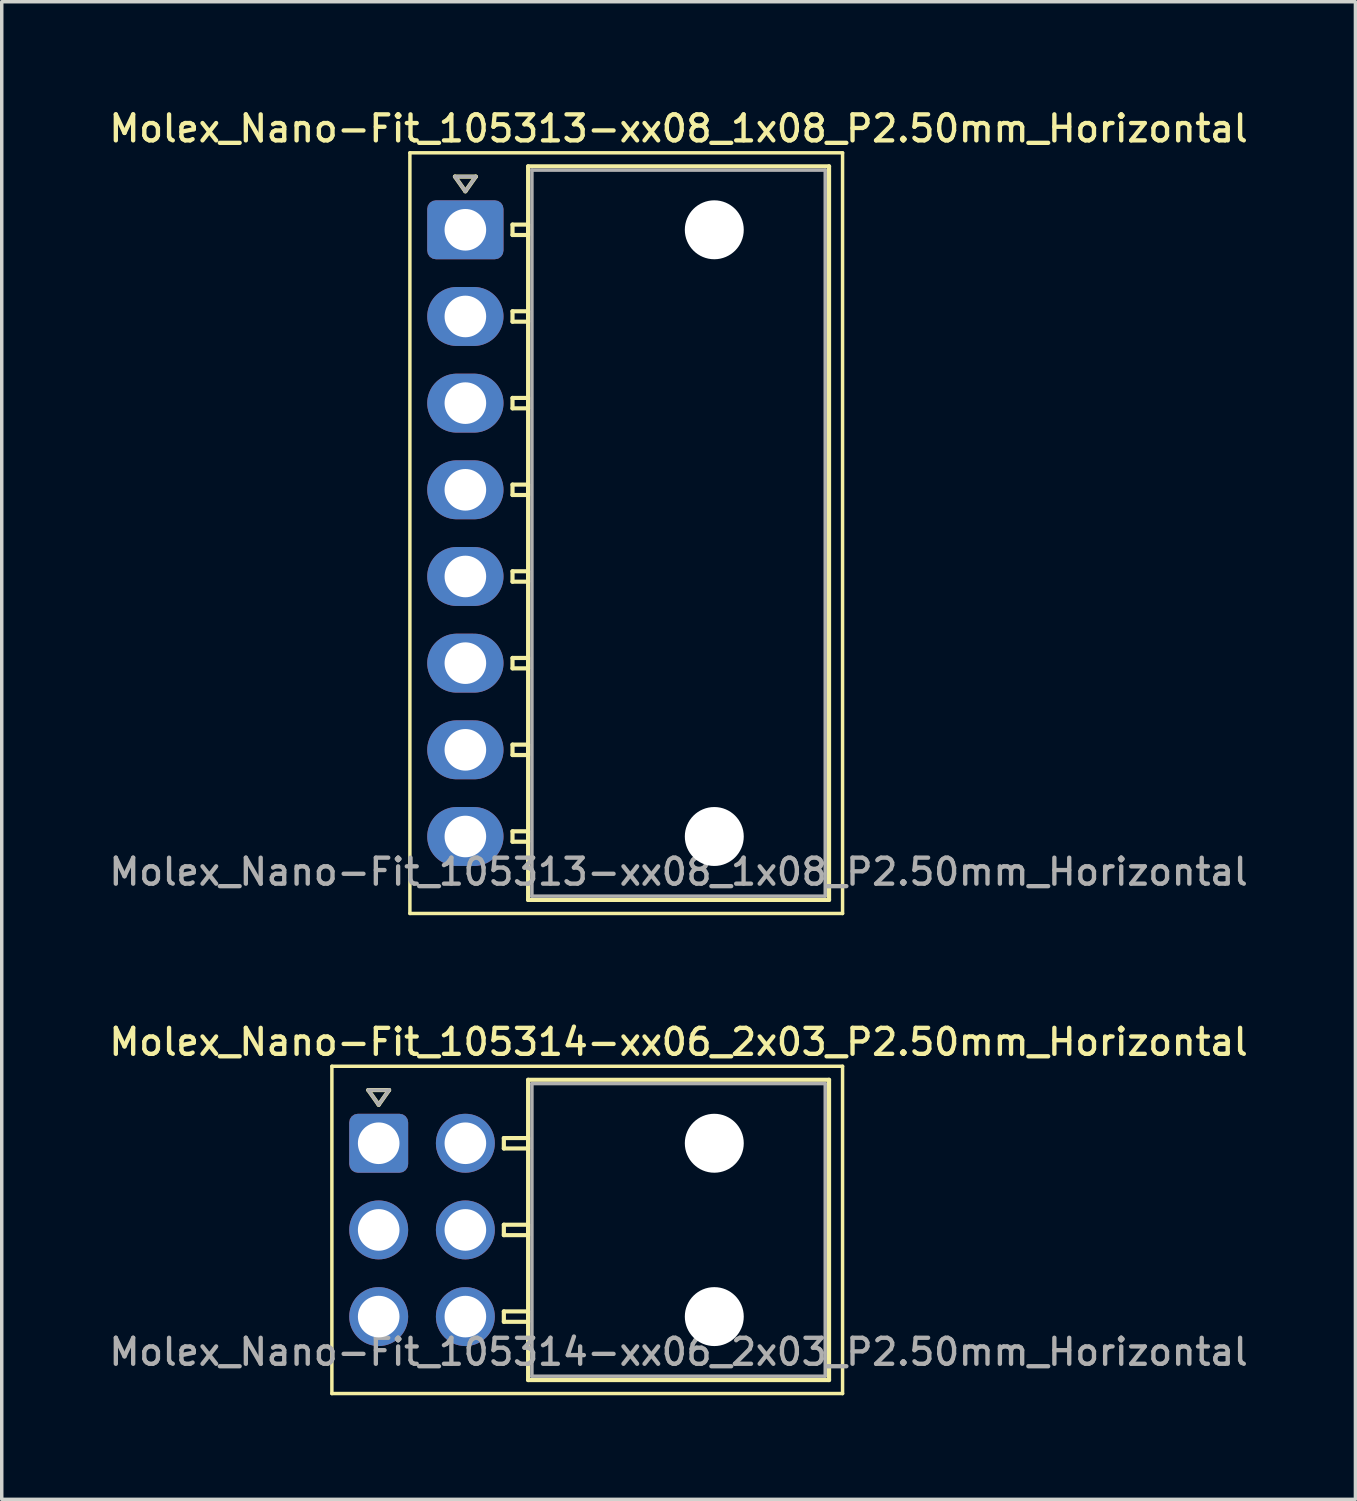
<source format=kicad_pcb>
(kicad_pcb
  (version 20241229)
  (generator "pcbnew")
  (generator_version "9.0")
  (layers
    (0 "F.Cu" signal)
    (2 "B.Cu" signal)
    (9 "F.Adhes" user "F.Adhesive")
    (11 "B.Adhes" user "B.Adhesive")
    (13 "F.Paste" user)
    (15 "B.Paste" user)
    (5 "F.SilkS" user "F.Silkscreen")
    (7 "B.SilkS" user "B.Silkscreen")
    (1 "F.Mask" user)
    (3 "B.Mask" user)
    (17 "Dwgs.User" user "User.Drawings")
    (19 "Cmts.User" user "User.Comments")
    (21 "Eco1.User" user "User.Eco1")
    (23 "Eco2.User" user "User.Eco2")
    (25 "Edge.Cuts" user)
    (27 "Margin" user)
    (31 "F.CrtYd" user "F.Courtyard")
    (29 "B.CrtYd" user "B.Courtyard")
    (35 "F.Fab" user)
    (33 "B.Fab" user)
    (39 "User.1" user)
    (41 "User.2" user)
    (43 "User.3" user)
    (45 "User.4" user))
  (footprint "Molex_Nano-Fit_105313-xx08_1x08_P2.50mm_Horizontal"
    (layer "F.Cu")
    (at 10.373 3.578)
    (property "Reference" "Molex_Nano-Fit_105313-xx08_1x08_P2.50mm_Horizontal" (at 6.15 -2.92 0) (layer "F.SilkS") (effects (font (size 0.75 0.75) (thickness 0.125))))
    (attr through_hole)
    (fp_line (start -1.6 -2.22) (end -1.6 19.72) (stroke (width 0.1) (type solid)) (layer "F.SilkS"))
    (fp_line (start -1.6 19.72) (end 10.88 19.72) (stroke (width 0.1) (type solid)) (layer "F.SilkS"))
    (fp_line (start -0.3 -1.534) (end 0 -1.11) (stroke (width 0.12) (type solid)) (layer "F.SilkS"))
    (fp_line (start 0 -1.11) (end 0.3 -1.534) (stroke (width 0.12) (type solid)) (layer "F.SilkS"))
    (fp_line (start 0.3 -1.534) (end -0.3 -1.534) (stroke (width 0.12) (type solid)) (layer "F.SilkS"))
    (fp_line (start 1.36 -0.15) (end 1.36 0.15) (stroke (width 0.12) (type solid)) (layer "F.SilkS"))
    (fp_line (start 1.36 0.15) (end 1.81 0.15) (stroke (width 0.12) (type solid)) (layer "F.SilkS"))
    (fp_line (start 1.36 2.35) (end 1.36 2.65) (stroke (width 0.12) (type solid)) (layer "F.SilkS"))
    (fp_line (start 1.36 2.65) (end 1.81 2.65) (stroke (width 0.12) (type solid)) (layer "F.SilkS"))
    (fp_line (start 1.36 4.85) (end 1.36 5.15) (stroke (width 0.12) (type solid)) (layer "F.SilkS"))
    (fp_line (start 1.36 5.15) (end 1.81 5.15) (stroke (width 0.12) (type solid)) (layer "F.SilkS"))
    (fp_line (start 1.36 7.35) (end 1.36 7.65) (stroke (width 0.12) (type solid)) (layer "F.SilkS"))
    (fp_line (start 1.36 7.65) (end 1.81 7.65) (stroke (width 0.12) (type solid)) (layer "F.SilkS"))
    (fp_line (start 1.36 9.85) (end 1.36 10.15) (stroke (width 0.12) (type solid)) (layer "F.SilkS"))
    (fp_line (start 1.36 10.15) (end 1.81 10.15) (stroke (width 0.12) (type solid)) (layer "F.SilkS"))
    (fp_line (start 1.36 12.35) (end 1.36 12.65) (stroke (width 0.12) (type solid)) (layer "F.SilkS"))
    (fp_line (start 1.36 12.65) (end 1.81 12.65) (stroke (width 0.12) (type solid)) (layer "F.SilkS"))
    (fp_line (start 1.36 14.85) (end 1.36 15.15) (stroke (width 0.12) (type solid)) (layer "F.SilkS"))
    (fp_line (start 1.36 15.15) (end 1.81 15.15) (stroke (width 0.12) (type solid)) (layer "F.SilkS"))
    (fp_line (start 1.36 17.35) (end 1.36 17.65) (stroke (width 0.12) (type solid)) (layer "F.SilkS"))
    (fp_line (start 1.36 17.65) (end 1.81 17.65) (stroke (width 0.12) (type solid)) (layer "F.SilkS"))
    (fp_line (start 1.81 -1.83) (end 1.81 19.33) (stroke (width 0.12) (type solid)) (layer "F.SilkS"))
    (fp_line (start 1.81 -0.15) (end 1.36 -0.15) (stroke (width 0.12) (type solid)) (layer "F.SilkS"))
    (fp_line (start 1.81 0.15) (end 1.81 -0.15) (stroke (width 0.12) (type solid)) (layer "F.SilkS"))
    (fp_line (start 1.81 2.35) (end 1.36 2.35) (stroke (width 0.12) (type solid)) (layer "F.SilkS"))
    (fp_line (start 1.81 2.65) (end 1.81 2.35) (stroke (width 0.12) (type solid)) (layer "F.SilkS"))
    (fp_line (start 1.81 4.85) (end 1.36 4.85) (stroke (width 0.12) (type solid)) (layer "F.SilkS"))
    (fp_line (start 1.81 5.15) (end 1.81 4.85) (stroke (width 0.12) (type solid)) (layer "F.SilkS"))
    (fp_line (start 1.81 7.35) (end 1.36 7.35) (stroke (width 0.12) (type solid)) (layer "F.SilkS"))
    (fp_line (start 1.81 7.65) (end 1.81 7.35) (stroke (width 0.12) (type solid)) (layer "F.SilkS"))
    (fp_line (start 1.81 9.85) (end 1.36 9.85) (stroke (width 0.12) (type solid)) (layer "F.SilkS"))
    (fp_line (start 1.81 10.15) (end 1.81 9.85) (stroke (width 0.12) (type solid)) (layer "F.SilkS"))
    (fp_line (start 1.81 12.35) (end 1.36 12.35) (stroke (width 0.12) (type solid)) (layer "F.SilkS"))
    (fp_line (start 1.81 12.65) (end 1.81 12.35) (stroke (width 0.12) (type solid)) (layer "F.SilkS"))
    (fp_line (start 1.81 14.85) (end 1.36 14.85) (stroke (width 0.12) (type solid)) (layer "F.SilkS"))
    (fp_line (start 1.81 15.15) (end 1.81 14.85) (stroke (width 0.12) (type solid)) (layer "F.SilkS"))
    (fp_line (start 1.81 17.35) (end 1.36 17.35) (stroke (width 0.12) (type solid)) (layer "F.SilkS"))
    (fp_line (start 1.81 17.65) (end 1.81 17.35) (stroke (width 0.12) (type solid)) (layer "F.SilkS"))
    (fp_line (start 1.81 19.33) (end 10.49 19.33) (stroke (width 0.12) (type solid)) (layer "F.SilkS"))
    (fp_line (start 10.49 -1.83) (end 1.81 -1.83) (stroke (width 0.12) (type solid)) (layer "F.SilkS"))
    (fp_line (start 10.49 19.33) (end 10.49 -1.83) (stroke (width 0.12) (type solid)) (layer "F.SilkS"))
    (fp_line (start 10.88 -2.22) (end -1.6 -2.22) (stroke (width 0.1) (type solid)) (layer "F.SilkS"))
    (fp_line (start 10.88 19.72) (end 10.88 -2.22) (stroke (width 0.1) (type solid)) (layer "F.SilkS"))
    (fp_line (start -0.3 -1.534) (end 0 -1.11) (stroke (width 0.1) (type solid)) (layer "F.Fab"))
    (fp_line (start 0 -1.11) (end 0.3 -1.534) (stroke (width 0.1) (type solid)) (layer "F.Fab"))
    (fp_line (start 0.3 -1.534) (end -0.3 -1.534) (stroke (width 0.1) (type solid)) (layer "F.Fab"))
    (fp_line (start 1.92 -1.72) (end 1.92 19.22) (stroke (width 0.1) (type solid)) (layer "F.Fab"))
    (fp_line (start 1.92 19.22) (end 10.38 19.22) (stroke (width 0.1) (type solid)) (layer "F.Fab"))
    (fp_line (start 10.38 -1.72) (end 1.92 -1.72) (stroke (width 0.1) (type solid)) (layer "F.Fab"))
    (fp_line (start 10.38 19.22) (end 10.38 -1.72) (stroke (width 0.1) (type solid)) (layer "F.Fab"))
    (fp_text user "${REFERENCE}" (at 6.15 18.52 0) (layer "F.Fab") (effects (font (size 0.75 0.75) (thickness 0.125))))
    (pad "" np_thru_hole circle (at 7.18 0) (size 1.7 1.7) (drill 1.7) (layers "*.Cu" "*.Mask"))
    (pad "" np_thru_hole circle (at 7.18 17.5) (size 1.7 1.7) (drill 1.7) (layers "*.Cu" "*.Mask"))
    (pad "1" thru_hole roundrect (at 0 0) (size 2.2 1.7) (drill 1.2) (layers "*.Cu" "*.Mask") (roundrect_rratio 0.147))
    (pad "2" thru_hole oval (at 0 2.5) (size 2.2 1.7) (drill 1.2) (layers "*.Cu" "*.Mask"))
    (pad "3" thru_hole oval (at 0 5) (size 2.2 1.7) (drill 1.2) (layers "*.Cu" "*.Mask"))
    (pad "4" thru_hole oval (at 0 7.5) (size 2.2 1.7) (drill 1.2) (layers "*.Cu" "*.Mask"))
    (pad "5" thru_hole oval (at 0 10) (size 2.2 1.7) (drill 1.2) (layers "*.Cu" "*.Mask"))
    (pad "6" thru_hole oval (at 0 12.5) (size 2.2 1.7) (drill 1.2) (layers "*.Cu" "*.Mask"))
    (pad "7" thru_hole oval (at 0 15) (size 2.2 1.7) (drill 1.2) (layers "*.Cu" "*.Mask"))
    (pad "8" thru_hole oval (at 0 17.5) (size 2.2 1.7) (drill 1.2) (layers "*.Cu" "*.Mask")))
  (footprint "Molex_Nano-Fit_105314-xx06_2x03_P2.50mm_Horizontal"
    (layer "F.Cu")
    (at 7.873 29.926)
    (property "Reference" "Molex_Nano-Fit_105314-xx06_2x03_P2.50mm_Horizontal" (at 8.65 -2.92 0) (layer "F.SilkS") (effects (font (size 0.75 0.75) (thickness 0.125))))
    (attr through_hole)
    (fp_line (start -1.35 -2.22) (end -1.35 7.22) (stroke (width 0.1) (type solid)) (layer "F.SilkS"))
    (fp_line (start -1.35 7.22) (end 13.38 7.22) (stroke (width 0.1) (type solid)) (layer "F.SilkS"))
    (fp_line (start -0.3 -1.534) (end 0 -1.11) (stroke (width 0.12) (type solid)) (layer "F.SilkS"))
    (fp_line (start 0 -1.11) (end 0.3 -1.534) (stroke (width 0.12) (type solid)) (layer "F.SilkS"))
    (fp_line (start 0.3 -1.534) (end -0.3 -1.534) (stroke (width 0.12) (type solid)) (layer "F.SilkS"))
    (fp_line (start 3.61 -0.15) (end 3.61 0.15) (stroke (width 0.12) (type solid)) (layer "F.SilkS"))
    (fp_line (start 3.61 0.15) (end 4.31 0.15) (stroke (width 0.12) (type solid)) (layer "F.SilkS"))
    (fp_line (start 3.61 2.35) (end 3.61 2.65) (stroke (width 0.12) (type solid)) (layer "F.SilkS"))
    (fp_line (start 3.61 2.65) (end 4.31 2.65) (stroke (width 0.12) (type solid)) (layer "F.SilkS"))
    (fp_line (start 3.61 4.85) (end 3.61 5.15) (stroke (width 0.12) (type solid)) (layer "F.SilkS"))
    (fp_line (start 3.61 5.15) (end 4.31 5.15) (stroke (width 0.12) (type solid)) (layer "F.SilkS"))
    (fp_line (start 4.31 -1.83) (end 4.31 6.83) (stroke (width 0.12) (type solid)) (layer "F.SilkS"))
    (fp_line (start 4.31 -0.15) (end 3.61 -0.15) (stroke (width 0.12) (type solid)) (layer "F.SilkS"))
    (fp_line (start 4.31 0.15) (end 4.31 -0.15) (stroke (width 0.12) (type solid)) (layer "F.SilkS"))
    (fp_line (start 4.31 2.35) (end 3.61 2.35) (stroke (width 0.12) (type solid)) (layer "F.SilkS"))
    (fp_line (start 4.31 2.65) (end 4.31 2.35) (stroke (width 0.12) (type solid)) (layer "F.SilkS"))
    (fp_line (start 4.31 4.85) (end 3.61 4.85) (stroke (width 0.12) (type solid)) (layer "F.SilkS"))
    (fp_line (start 4.31 5.15) (end 4.31 4.85) (stroke (width 0.12) (type solid)) (layer "F.SilkS"))
    (fp_line (start 4.31 6.83) (end 12.99 6.83) (stroke (width 0.12) (type solid)) (layer "F.SilkS"))
    (fp_line (start 12.99 -1.83) (end 4.31 -1.83) (stroke (width 0.12) (type solid)) (layer "F.SilkS"))
    (fp_line (start 12.99 6.83) (end 12.99 -1.83) (stroke (width 0.12) (type solid)) (layer "F.SilkS"))
    (fp_line (start 13.38 -2.22) (end -1.35 -2.22) (stroke (width 0.1) (type solid)) (layer "F.SilkS"))
    (fp_line (start 13.38 7.22) (end 13.38 -2.22) (stroke (width 0.1) (type solid)) (layer "F.SilkS"))
    (fp_line (start -0.3 -1.534) (end 0 -1.11) (stroke (width 0.1) (type solid)) (layer "F.Fab"))
    (fp_line (start 0 -1.11) (end 0.3 -1.534) (stroke (width 0.1) (type solid)) (layer "F.Fab"))
    (fp_line (start 0.3 -1.534) (end -0.3 -1.534) (stroke (width 0.1) (type solid)) (layer "F.Fab"))
    (fp_line (start 4.42 -1.72) (end 4.42 6.72) (stroke (width 0.1) (type solid)) (layer "F.Fab"))
    (fp_line (start 4.42 6.72) (end 12.88 6.72) (stroke (width 0.1) (type solid)) (layer "F.Fab"))
    (fp_line (start 12.88 -1.72) (end 4.42 -1.72) (stroke (width 0.1) (type solid)) (layer "F.Fab"))
    (fp_line (start 12.88 6.72) (end 12.88 -1.72) (stroke (width 0.1) (type solid)) (layer "F.Fab"))
    (fp_text user "${REFERENCE}" (at 8.65 6.02 0) (layer "F.Fab") (effects (font (size 0.75 0.75) (thickness 0.125))))
    (pad "" np_thru_hole circle (at 9.68 0) (size 1.7 1.7) (drill 1.7) (layers "*.Cu" "*.Mask"))
    (pad "" np_thru_hole circle (at 9.68 5) (size 1.7 1.7) (drill 1.7) (layers "*.Cu" "*.Mask"))
    (pad "1" thru_hole roundrect (at 0 0) (size 1.7 1.7) (drill 1.2) (layers "*.Cu" "*.Mask") (roundrect_rratio 0.147))
    (pad "2" thru_hole circle (at 0 2.5) (size 1.7 1.7) (drill 1.2) (layers "*.Cu" "*.Mask"))
    (pad "3" thru_hole circle (at 0 5) (size 1.7 1.7) (drill 1.2) (layers "*.Cu" "*.Mask"))
    (pad "4" thru_hole circle (at 2.5 0) (size 1.7 1.7) (drill 1.2) (layers "*.Cu" "*.Mask"))
    (pad "5" thru_hole circle (at 2.5 2.5) (size 1.7 1.7) (drill 1.2) (layers "*.Cu" "*.Mask"))
    (pad "6" thru_hole circle (at 2.5 5) (size 1.7 1.7) (drill 1.2) (layers "*.Cu" "*.Mask")))
  (gr_rect
    (start -3 -3)
    (end 36.046 40.196)
    (stroke (width 0.1) (type default))
    (fill no)
    (layer "Edge.Cuts")))
</source>
